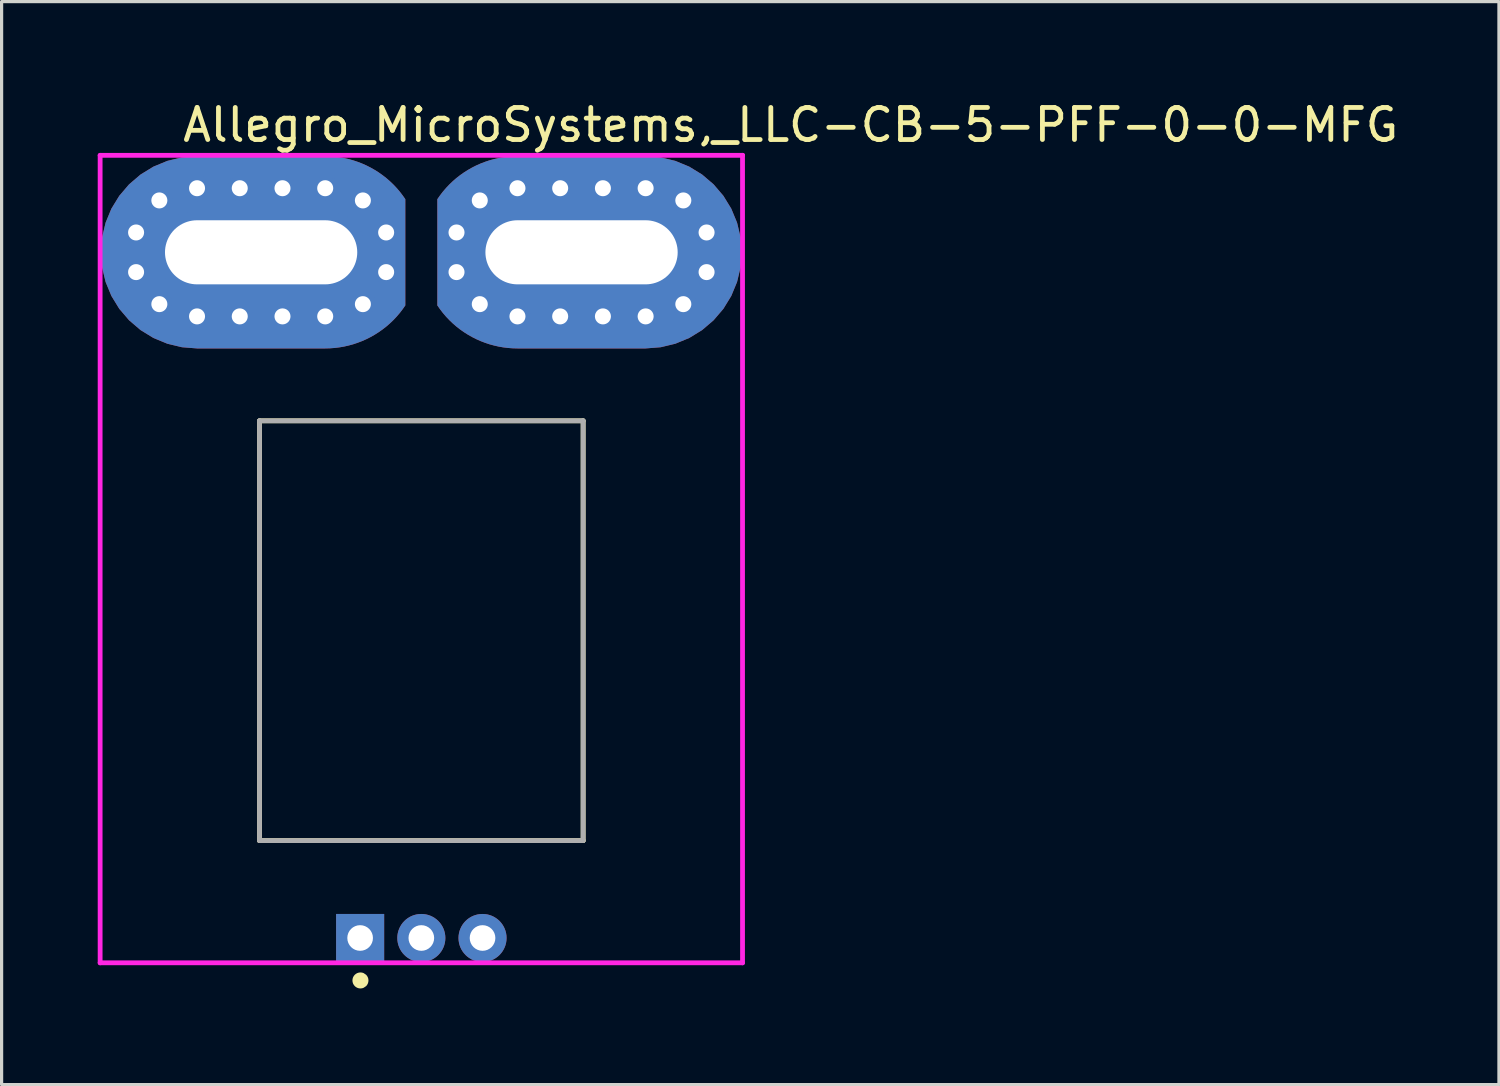
<source format=kicad_pcb>
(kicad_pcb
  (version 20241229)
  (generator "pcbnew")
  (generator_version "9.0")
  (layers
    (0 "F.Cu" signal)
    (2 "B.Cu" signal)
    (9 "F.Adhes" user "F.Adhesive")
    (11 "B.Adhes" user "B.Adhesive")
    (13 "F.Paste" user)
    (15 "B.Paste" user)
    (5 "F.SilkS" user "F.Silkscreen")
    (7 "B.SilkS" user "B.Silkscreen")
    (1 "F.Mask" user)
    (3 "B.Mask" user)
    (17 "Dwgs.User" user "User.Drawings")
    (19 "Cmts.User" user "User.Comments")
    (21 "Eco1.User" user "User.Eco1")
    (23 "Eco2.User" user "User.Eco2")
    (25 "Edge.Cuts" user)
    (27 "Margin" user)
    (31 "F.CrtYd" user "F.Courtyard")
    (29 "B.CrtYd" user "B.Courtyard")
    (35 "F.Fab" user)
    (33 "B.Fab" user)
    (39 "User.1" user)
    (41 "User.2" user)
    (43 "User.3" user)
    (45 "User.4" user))
  (footprint "Allegro_MicroSystems,_LLC-CB-5-PFF-0-0-MFG"
    (layer "F.Cu")
    (at 10.099 16.633)
    (property "Reference" "Allegro_MicroSystems,_LLC-CB-5-PFF-0-0-MFG" (at -7.525 -15.784 0) (layer "F.SilkS") (effects (font (size 1 1) (thickness 0.15)) (justify left)))
    (attr through_hole)
    (fp_line (start -5.05 -6.55) (end 5.05 -6.55) (stroke (width 0.15) (type solid)) (layer "F.SilkS"))
    (fp_line (start -5.05 6.55) (end -5.05 -6.55) (stroke (width 0.15) (type solid)) (layer "F.SilkS"))
    (fp_line (start -5.05 6.55) (end 5.05 6.55) (stroke (width 0.15) (type solid)) (layer "F.SilkS"))
    (fp_line (start 5.05 6.55) (end 5.05 -6.55) (stroke (width 0.15) (type solid)) (layer "F.SilkS"))
    (fp_circle (center -1.9 10.915) (end -1.775 10.915) (stroke (width 0.25) (type solid)) (fill no) (layer "F.SilkS"))
    (fp_line (start -10.024 -14.835) (end -10.024 10.365) (stroke (width 0.15) (type solid)) (layer "F.CrtYd"))
    (fp_line (start -10.024 10.365) (end 10.024 10.365) (stroke (width 0.15) (type solid)) (layer "F.CrtYd"))
    (fp_line (start 10.024 -14.835) (end -10.024 -14.835) (stroke (width 0.15) (type solid)) (layer "F.CrtYd"))
    (fp_line (start 10.024 -14.835) (end 10.024 -14.835) (stroke (width 0.15) (type solid)) (layer "F.CrtYd"))
    (fp_line (start 10.024 10.365) (end 10.024 -14.835) (stroke (width 0.15) (type solid)) (layer "F.CrtYd"))
    (fp_line (start -5.05 -6.55) (end 5.05 -6.55) (stroke (width 0.15) (type solid)) (layer "F.Fab"))
    (fp_line (start -5.05 6.55) (end -5.05 -6.55) (stroke (width 0.15) (type solid)) (layer "F.Fab"))
    (fp_line (start 5.05 -6.55) (end 5.05 6.55) (stroke (width 0.15) (type solid)) (layer "F.Fab"))
    (fp_line (start 5.05 6.55) (end -5.05 6.55) (stroke (width 0.15) (type solid)) (layer "F.Fab"))
    (pad "1" thru_hole rect (at -1.91 9.59) (size 1.5 1.5) (drill 0.8) (layers "*.Cu"))
    (pad "2" thru_hole circle (at 0 9.59) (size 1.5 1.5) (drill 0.8) (layers "*.Cu"))
    (pad "3" thru_hole circle (at 1.91 9.59) (size 1.5 1.5) (drill 0.8) (layers "*.Cu"))
    (pad "4" thru_hole roundrect (at 5 -11.809) (size 6.6 2.6) (drill oval 6 2) (layers "*.Cu" "*.Mask") (roundrect_rratio 0.5))
    (pad "4" smd custom (at 5.25 -11.809) (size 1 1) (layers "F.Cu" "F.Mask") (options (anchor circle)) (primitives (gr_poly (pts (xy -4.75 -1.658) (xy -4.75 1.658) (xy -4.665 1.779) (xy -4.575 1.896) (xy -4.479 2.008) (xy -4.377 2.116) (xy -4.27 2.218) (xy -4.159 2.315) (xy -4.042 2.406) (xy -3.922 2.491) (xy -3.797 2.57) (xy -3.669 2.643) (xy -3.537 2.71) (xy -3.402 2.77) (xy -3.264 2.823) (xy -3.124 2.87) (xy -2.981 2.909) (xy -2.837 2.942) (xy -2.692 2.967) (xy -2.545 2.985) (xy -2.398 2.996) (xy -2.25 3) (xy 1.75 3) (xy 2.219 2.963) (xy 2.677 2.853) (xy 3.112 2.673) (xy 3.513 2.427) (xy 3.871 2.121) (xy 4.177 1.763) (xy 4.423 1.362) (xy 4.603 0.927) (xy 4.713 0.469) (xy 4.75 0) (xy 4.713 -0.469) (xy 4.603 -0.927) (xy 4.423 -1.362) (xy 4.177 -1.763) (xy 3.871 -2.121) (xy 3.513 -2.427) (xy 3.112 -2.673) (xy 2.677 -2.853) (xy 2.219 -2.963) (xy 1.75 -3) (xy -2.25 -3) (xy -2.398 -2.996) (xy -2.545 -2.985) (xy -2.692 -2.967) (xy -2.837 -2.942) (xy -2.981 -2.909) (xy -3.124 -2.87) (xy -3.264 -2.823) (xy -3.402 -2.77) (xy -3.537 -2.71) (xy -3.669 -2.643) (xy -3.797 -2.57) (xy -3.922 -2.491) (xy -4.042 -2.406) (xy -4.159 -2.315) (xy -4.27 -2.218) (xy -4.377 -2.116) (xy -4.479 -2.008) (xy -4.575 -1.896) (xy -4.665 -1.779) (xy -4.75 -1.658)) (width 0) (fill yes))))
    (pad "4" smd custom (at 5.25 -11.809) (size 1 1) (layers "B.Cu" "B.Mask") (options (anchor circle)) (primitives (gr_poly (pts (xy -4.75 -1.658) (xy -4.75 1.658) (xy -4.665 1.779) (xy -4.575 1.896) (xy -4.479 2.008) (xy -4.377 2.116) (xy -4.27 2.218) (xy -4.159 2.315) (xy -4.042 2.406) (xy -3.922 2.491) (xy -3.797 2.57) (xy -3.669 2.643) (xy -3.537 2.71) (xy -3.402 2.77) (xy -3.264 2.823) (xy -3.124 2.87) (xy -2.981 2.909) (xy -2.837 2.942) (xy -2.692 2.967) (xy -2.545 2.985) (xy -2.398 2.996) (xy -2.25 3) (xy 1.75 3) (xy 2.219 2.963) (xy 2.677 2.853) (xy 3.112 2.673) (xy 3.513 2.427) (xy 3.871 2.121) (xy 4.177 1.763) (xy 4.423 1.362) (xy 4.603 0.927) (xy 4.713 0.469) (xy 4.75 0) (xy 4.713 -0.469) (xy 4.603 -0.927) (xy 4.423 -1.362) (xy 4.177 -1.763) (xy 3.871 -2.121) (xy 3.513 -2.427) (xy 3.112 -2.673) (xy 2.677 -2.853) (xy 2.219 -2.963) (xy 1.75 -3) (xy -2.25 -3) (xy -2.398 -2.996) (xy -2.545 -2.985) (xy -2.692 -2.967) (xy -2.837 -2.942) (xy -2.981 -2.909) (xy -3.124 -2.87) (xy -3.264 -2.823) (xy -3.402 -2.77) (xy -3.537 -2.71) (xy -3.669 -2.643) (xy -3.797 -2.57) (xy -3.922 -2.491) (xy -4.042 -2.406) (xy -4.159 -2.315) (xy -4.27 -2.218) (xy -4.377 -2.116) (xy -4.479 -2.008) (xy -4.575 -1.896) (xy -4.665 -1.779) (xy -4.75 -1.658)) (width 0) (fill yes))))
    (pad "5" smd custom (at -5.25 -11.809) (size 1 1) (layers "F.Cu" "F.Mask") (options (anchor circle)) (primitives (gr_poly (pts (xy 4.75 1.658) (xy 4.75 -1.658) (xy 4.665 -1.779) (xy 4.575 -1.896) (xy 4.479 -2.008) (xy 4.377 -2.116) (xy 4.27 -2.218) (xy 4.159 -2.315) (xy 4.042 -2.406) (xy 3.922 -2.491) (xy 3.797 -2.57) (xy 3.669 -2.643) (xy 3.537 -2.71) (xy 3.402 -2.77) (xy 3.264 -2.823) (xy 3.124 -2.87) (xy 2.981 -2.909) (xy 2.837 -2.942) (xy 2.692 -2.967) (xy 2.545 -2.985) (xy 2.398 -2.996) (xy 2.25 -3) (xy -1.75 -3) (xy -2.219 -2.963) (xy -2.677 -2.853) (xy -3.112 -2.673) (xy -3.513 -2.427) (xy -3.871 -2.121) (xy -4.177 -1.763) (xy -4.423 -1.362) (xy -4.603 -0.927) (xy -4.713 -0.469) (xy -4.75 0) (xy -4.713 0.469) (xy -4.603 0.927) (xy -4.423 1.362) (xy -4.177 1.763) (xy -3.871 2.121) (xy -3.513 2.427) (xy -3.112 2.673) (xy -2.677 2.853) (xy -2.219 2.963) (xy -1.75 3) (xy 2.25 3) (xy 2.398 2.996) (xy 2.545 2.985) (xy 2.692 2.967) (xy 2.837 2.942) (xy 2.981 2.909) (xy 3.124 2.87) (xy 3.264 2.823) (xy 3.402 2.77) (xy 3.537 2.71) (xy 3.669 2.643) (xy 3.797 2.57) (xy 3.922 2.491) (xy 4.042 2.406) (xy 4.159 2.315) (xy 4.27 2.218) (xy 4.377 2.116) (xy 4.479 2.008) (xy 4.575 1.896) (xy 4.665 1.779) (xy 4.75 1.658)) (width 0) (fill yes))))
    (pad "5" smd custom (at -5.25 -11.809) (size 1 1) (layers "B.Cu" "B.Mask") (options (anchor circle)) (primitives (gr_poly (pts (xy 4.75 1.658) (xy 4.75 -1.658) (xy 4.665 -1.779) (xy 4.575 -1.896) (xy 4.479 -2.008) (xy 4.377 -2.116) (xy 4.27 -2.218) (xy 4.159 -2.315) (xy 4.042 -2.406) (xy 3.922 -2.491) (xy 3.797 -2.57) (xy 3.669 -2.643) (xy 3.537 -2.71) (xy 3.402 -2.77) (xy 3.264 -2.823) (xy 3.124 -2.87) (xy 2.981 -2.909) (xy 2.837 -2.942) (xy 2.692 -2.967) (xy 2.545 -2.985) (xy 2.398 -2.996) (xy 2.25 -3) (xy -1.75 -3) (xy -2.219 -2.963) (xy -2.677 -2.853) (xy -3.112 -2.673) (xy -3.513 -2.427) (xy -3.871 -2.121) (xy -4.177 -1.763) (xy -4.423 -1.362) (xy -4.603 -0.927) (xy -4.713 -0.469) (xy -4.75 0) (xy -4.713 0.469) (xy -4.603 0.927) (xy -4.423 1.362) (xy -4.177 1.763) (xy -3.871 2.121) (xy -3.513 2.427) (xy -3.112 2.673) (xy -2.677 2.853) (xy -2.219 2.963) (xy -1.75 3) (xy 2.25 3) (xy 2.398 2.996) (xy 2.545 2.985) (xy 2.692 2.967) (xy 2.837 2.942) (xy 2.981 2.909) (xy 3.124 2.87) (xy 3.264 2.823) (xy 3.402 2.77) (xy 3.537 2.71) (xy 3.669 2.643) (xy 3.797 2.57) (xy 3.922 2.491) (xy 4.042 2.406) (xy 4.159 2.315) (xy 4.27 2.218) (xy 4.377 2.116) (xy 4.479 2.008) (xy 4.575 1.896) (xy 4.665 1.779) (xy 4.75 1.658)) (width 0) (fill yes))))
    (pad "5" thru_hole roundrect (at -5 -11.809) (size 6.6 2.6) (drill oval 6 2) (layers "*.Cu") (roundrect_rratio 0.5))
    (pad "~" thru_hole circle (at -8.902 -12.428) (size 0.8 0.8) (drill 0.5) (layers "*.Cu"))
    (pad "~" thru_hole circle (at -8.902 -11.191) (size 0.8 0.8) (drill 0.5) (layers "*.Cu"))
    (pad "~" thru_hole circle (at -8.176 -13.428) (size 0.8 0.8) (drill 0.5) (layers "*.Cu"))
    (pad "~" thru_hole circle (at -8.176 -10.191) (size 0.8 0.8) (drill 0.5) (layers "*.Cu"))
    (pad "~" thru_hole circle (at -7 -13.809) (size 0.8 0.8) (drill 0.5) (layers "*.Cu"))
    (pad "~" thru_hole circle (at -7 -9.809) (size 0.8 0.8) (drill 0.5) (layers "*.Cu"))
    (pad "~" thru_hole circle (at -5.667 -13.809) (size 0.8 0.8) (drill 0.5) (layers "*.Cu"))
    (pad "~" thru_hole circle (at -5.667 -9.809) (size 0.8 0.8) (drill 0.5) (layers "*.Cu"))
    (pad "~" thru_hole circle (at -4.333 -13.809) (size 0.8 0.8) (drill 0.5) (layers "*.Cu"))
    (pad "~" thru_hole circle (at -4.333 -9.809) (size 0.8 0.8) (drill 0.5) (layers "*.Cu"))
    (pad "~" thru_hole circle (at -3 -13.809) (size 0.8 0.8) (drill 0.5) (layers "*.Cu"))
    (pad "~" thru_hole circle (at -3 -9.809) (size 0.8 0.8) (drill 0.5) (layers "*.Cu"))
    (pad "~" thru_hole circle (at -1.824 -13.428) (size 0.8 0.8) (drill 0.5) (layers "*.Cu"))
    (pad "~" thru_hole circle (at -1.824 -10.191) (size 0.8 0.8) (drill 0.5) (layers "*.Cu"))
    (pad "~" thru_hole circle (at -1.098 -12.428) (size 0.8 0.8) (drill 0.5) (layers "*.Cu"))
    (pad "~" thru_hole circle (at -1.098 -11.191) (size 0.8 0.8) (drill 0.5) (layers "*.Cu"))
    (pad "~" thru_hole circle (at 1.098 -12.428) (size 0.8 0.8) (drill 0.5) (layers "*.Cu"))
    (pad "~" thru_hole circle (at 1.098 -11.191) (size 0.8 0.8) (drill 0.5) (layers "*.Cu"))
    (pad "~" thru_hole circle (at 1.824 -13.428) (size 0.8 0.8) (drill 0.5) (layers "*.Cu"))
    (pad "~" thru_hole circle (at 1.824 -10.191) (size 0.8 0.8) (drill 0.5) (layers "*.Cu"))
    (pad "~" thru_hole circle (at 3 -13.809) (size 0.8 0.8) (drill 0.5) (layers "*.Cu"))
    (pad "~" thru_hole circle (at 3 -9.809) (size 0.8 0.8) (drill 0.5) (layers "*.Cu"))
    (pad "~" thru_hole circle (at 4.333 -13.809) (size 0.8 0.8) (drill 0.5) (layers "*.Cu"))
    (pad "~" thru_hole circle (at 4.333 -9.809) (size 0.8 0.8) (drill 0.5) (layers "*.Cu"))
    (pad "~" thru_hole circle (at 5.667 -13.809) (size 0.8 0.8) (drill 0.5) (layers "*.Cu"))
    (pad "~" thru_hole circle (at 5.667 -9.809) (size 0.8 0.8) (drill 0.5) (layers "*.Cu"))
    (pad "~" thru_hole circle (at 7 -13.809) (size 0.8 0.8) (drill 0.5) (layers "*.Cu"))
    (pad "~" thru_hole circle (at 7 -9.809) (size 0.8 0.8) (drill 0.5) (layers "*.Cu"))
    (pad "~" thru_hole circle (at 8.176 -13.428) (size 0.8 0.8) (drill 0.5) (layers "*.Cu"))
    (pad "~" thru_hole circle (at 8.176 -10.191) (size 0.8 0.8) (drill 0.5) (layers "*.Cu"))
    (pad "~" thru_hole circle (at 8.902 -12.428) (size 0.8 0.8) (drill 0.5) (layers "*.Cu"))
    (pad "~" thru_hole circle (at 8.902 -11.191) (size 0.8 0.8) (drill 0.5) (layers "*.Cu")))
  (gr_rect
    (start -3 -3)
    (end 43.729 30.798)
    (stroke (width 0.1) (type default))
    (fill no)
    (layer "Edge.Cuts")))
</source>
